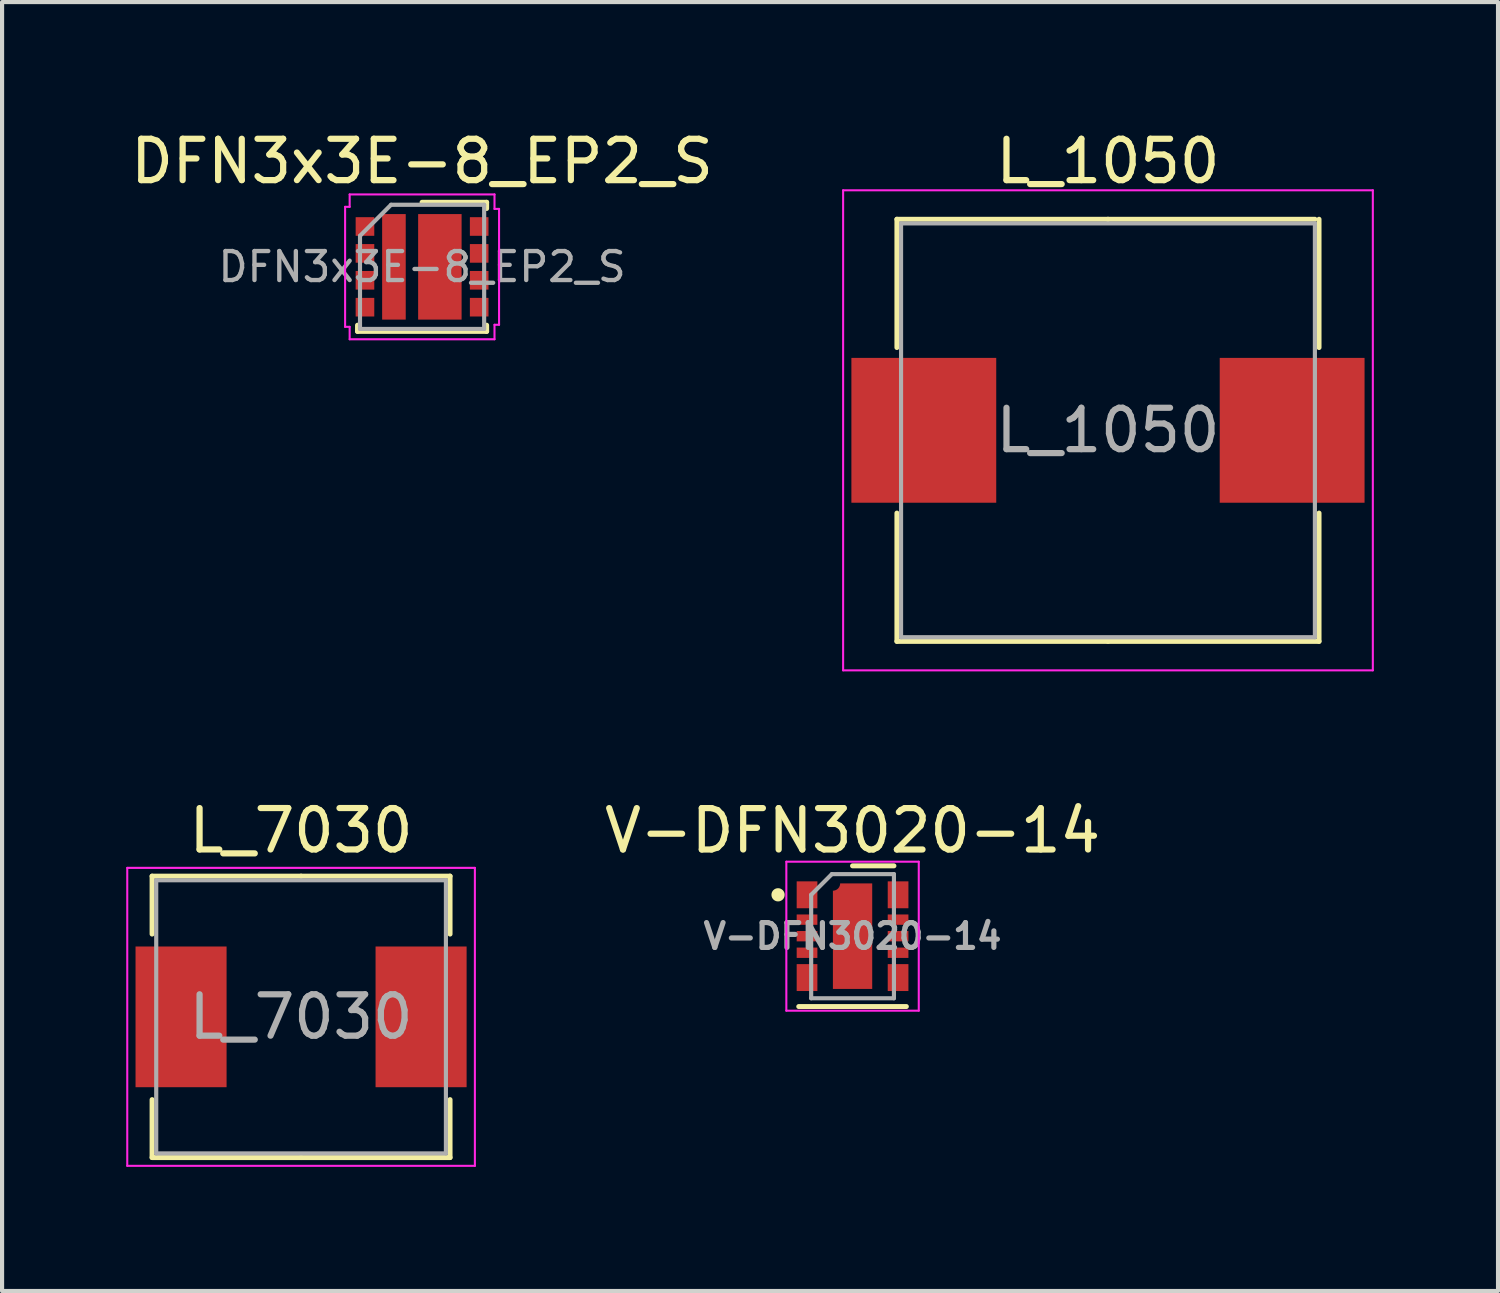
<source format=kicad_pcb>
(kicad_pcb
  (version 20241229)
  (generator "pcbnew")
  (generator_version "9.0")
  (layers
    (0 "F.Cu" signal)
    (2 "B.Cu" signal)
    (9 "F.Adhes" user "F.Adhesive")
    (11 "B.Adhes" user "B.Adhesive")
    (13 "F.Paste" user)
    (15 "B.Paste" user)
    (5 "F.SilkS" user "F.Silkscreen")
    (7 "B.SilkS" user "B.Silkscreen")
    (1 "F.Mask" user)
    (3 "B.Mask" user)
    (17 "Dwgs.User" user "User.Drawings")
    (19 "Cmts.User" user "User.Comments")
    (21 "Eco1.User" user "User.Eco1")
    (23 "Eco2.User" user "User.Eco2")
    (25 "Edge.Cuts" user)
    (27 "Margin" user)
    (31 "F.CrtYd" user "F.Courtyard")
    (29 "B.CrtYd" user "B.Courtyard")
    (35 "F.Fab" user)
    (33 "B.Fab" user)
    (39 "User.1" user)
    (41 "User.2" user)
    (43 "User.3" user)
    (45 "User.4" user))
  (footprint "L_7030"
    (layer "F.Cu")
    (at 4.225 21.521)
    (property "Reference" "L_7030" (at 0 -4.5 0) (layer "F.SilkS") (effects (font (size 1 1) (thickness 0.15))))
    (attr smd)
    (fp_line (start -3.6 -3.4) (end 0 -3.4) (stroke (width 0.12) (type solid)) (layer "F.SilkS"))
    (fp_line (start -3.6 -2) (end -3.6 -3.4) (stroke (width 0.12) (type solid)) (layer "F.SilkS"))
    (fp_line (start -3.6 2) (end -3.6 3.4) (stroke (width 0.12) (type solid)) (layer "F.SilkS"))
    (fp_line (start -3.6 3.4) (end 0 3.4) (stroke (width 0.12) (type solid)) (layer "F.SilkS"))
    (fp_line (start 3.6 -3.4) (end 0 -3.4) (stroke (width 0.12) (type solid)) (layer "F.SilkS"))
    (fp_line (start 3.6 -2) (end 3.6 -3.4) (stroke (width 0.12) (type solid)) (layer "F.SilkS"))
    (fp_line (start 3.6 2) (end 3.6 3.4) (stroke (width 0.12) (type solid)) (layer "F.SilkS"))
    (fp_line (start 3.6 3.4) (end 0 3.4) (stroke (width 0.12) (type solid)) (layer "F.SilkS"))
    (fp_line (start -4.2 -3.6) (end -4.2 3.6) (stroke (width 0.05) (type solid)) (layer "F.CrtYd"))
    (fp_line (start -4.2 3.6) (end 4.2 3.6) (stroke (width 0.05) (type solid)) (layer "F.CrtYd"))
    (fp_line (start 4.2 -3.6) (end -4.2 -3.6) (stroke (width 0.05) (type solid)) (layer "F.CrtYd"))
    (fp_line (start 4.2 3.6) (end 4.2 -3.6) (stroke (width 0.05) (type solid)) (layer "F.CrtYd"))
    (fp_line (start -3.5 -3.3) (end -3.5 3.3) (stroke (width 0.1) (type solid)) (layer "F.Fab"))
    (fp_line (start -3.5 3.3) (end 3.5 3.3) (stroke (width 0.1) (type solid)) (layer "F.Fab"))
    (fp_line (start 3.5 -3.3) (end -3.5 -3.3) (stroke (width 0.1) (type solid)) (layer "F.Fab"))
    (fp_line (start 3.5 3.3) (end 3.5 -3.3) (stroke (width 0.1) (type solid)) (layer "F.Fab"))
    (fp_text user "${REFERENCE}" (at 0 0 0) (layer "F.Fab") (effects (font (size 1 1) (thickness 0.15))))
    (pad "1" smd rect (at -2.9 0) (size 2.2 3.4) (layers "F.Cu" "F.Mask" "F.Paste"))
    (pad "2" smd rect (at 2.9 0) (size 2.2 3.4) (layers "F.Cu" "F.Mask" "F.Paste")))
  (footprint "DFN3x3E-8_EP2_S"
    (layer "F.Cu")
    (at 7.149 3.398)
    (property "Reference" "DFN3x3E-8_EP2_S" (at 0 -2.55 0) (layer "F.SilkS") (effects (font (size 1 1) (thickness 0.15))))
    (attr smd)
    (fp_line (start -1.56 1.56) (end -1.56 1.41) (stroke (width 0.12) (type solid)) (layer "F.SilkS"))
    (fp_line (start -1.56 1.56) (end 1.56 1.56) (stroke (width 0.12) (type solid)) (layer "F.SilkS"))
    (fp_line (start 0 -1.56) (end 1.56 -1.56) (stroke (width 0.12) (type solid)) (layer "F.SilkS"))
    (fp_line (start 1.56 -1.56) (end 1.56 -1.41) (stroke (width 0.12) (type solid)) (layer "F.SilkS"))
    (fp_line (start 1.56 1.56) (end 1.56 1.41) (stroke (width 0.12) (type solid)) (layer "F.SilkS"))
    (fp_line (start -1.86 -1.45) (end -1.86 1.45) (stroke (width 0.05) (type solid)) (layer "F.CrtYd"))
    (fp_line (start -1.75 -1.75) (end -1.75 -1.45) (stroke (width 0.05) (type solid)) (layer "F.CrtYd"))
    (fp_line (start -1.75 -1.75) (end 1.75 -1.75) (stroke (width 0.05) (type solid)) (layer "F.CrtYd"))
    (fp_line (start -1.75 -1.45) (end -1.86 -1.45) (stroke (width 0.05) (type solid)) (layer "F.CrtYd"))
    (fp_line (start -1.75 1.45) (end -1.86 1.45) (stroke (width 0.05) (type solid)) (layer "F.CrtYd"))
    (fp_line (start -1.75 1.75) (end -1.75 1.45) (stroke (width 0.05) (type solid)) (layer "F.CrtYd"))
    (fp_line (start -1.75 1.75) (end 1.75 1.75) (stroke (width 0.05) (type solid)) (layer "F.CrtYd"))
    (fp_line (start 1.75 -1.75) (end 1.75 -1.4) (stroke (width 0.05) (type solid)) (layer "F.CrtYd"))
    (fp_line (start 1.75 -1.4) (end 1.86 -1.4) (stroke (width 0.05) (type solid)) (layer "F.CrtYd"))
    (fp_line (start 1.75 1.4) (end 1.86 1.4) (stroke (width 0.05) (type solid)) (layer "F.CrtYd"))
    (fp_line (start 1.75 1.75) (end 1.75 1.4) (stroke (width 0.05) (type solid)) (layer "F.CrtYd"))
    (fp_line (start 1.86 -1.4) (end 1.86 1.4) (stroke (width 0.05) (type solid)) (layer "F.CrtYd"))
    (fp_line (start -1.5 -0.75) (end -0.75 -1.5) (stroke (width 0.1) (type solid)) (layer "F.Fab"))
    (fp_line (start -1.5 1.5) (end -1.5 -0.75) (stroke (width 0.1) (type solid)) (layer "F.Fab"))
    (fp_line (start -0.75 -1.5) (end 1.5 -1.5) (stroke (width 0.1) (type solid)) (layer "F.Fab"))
    (fp_line (start 1.5 -1.5) (end 1.5 1.5) (stroke (width 0.1) (type solid)) (layer "F.Fab"))
    (fp_line (start 1.5 1.5) (end -1.5 1.5) (stroke (width 0.1) (type solid)) (layer "F.Fab"))
    (fp_text user "${REFERENCE}" (at 0 0 0) (layer "F.Fab") (effects (font (size 0.7 0.7) (thickness 0.105))))
    (pad "" smd rect (at -0.68 0) (size 0.4 2.2) (layers "F.Paste"))
    (pad "" smd rect (at 0.43 -0.6) (size 0.95 0.95) (layers "F.Paste"))
    (pad "" smd rect (at 0.43 0.6) (size 0.95 0.95) (layers "F.Paste"))
    (pad "1" smd rect (at -1.38 -0.975) (size 0.45 0.45) (layers "F.Cu" "F.Mask" "F.Paste"))
    (pad "2" smd rect (at -1.38 -0.325) (size 0.45 0.45) (layers "F.Cu" "F.Mask" "F.Paste"))
    (pad "2" smd rect (at -0.68 0) (size 0.57 2.55) (layers "F.Cu" "F.Mask"))
    (pad "3" smd rect (at -1.38 0.325) (size 0.45 0.45) (layers "F.Cu" "F.Mask" "F.Paste"))
    (pad "4" smd rect (at -1.38 0.975) (size 0.45 0.45) (layers "F.Cu" "F.Mask" "F.Paste"))
    (pad "5" smd rect (at 1.38 0.975) (size 0.45 0.45) (layers "F.Cu" "F.Mask" "F.Paste"))
    (pad "6" smd rect (at 1.38 0.325) (size 0.45 0.45) (layers "F.Cu" "F.Mask" "F.Paste"))
    (pad "7" smd rect (at 1.38 -0.325) (size 0.45 0.45) (layers "F.Cu" "F.Mask" "F.Paste"))
    (pad "8" smd rect (at 1.38 -0.975) (size 0.45 0.45) (layers "F.Cu" "F.Mask" "F.Paste"))
    (pad "9" smd rect (at 0.43 0) (size 1.05 2.55) (layers "F.Cu" "F.Mask")))
  (footprint "L_1050"
    (layer "F.Cu")
    (at 23.723 7.348)
    (property "Reference" "L_1050" (at 0 -6.5 0) (layer "F.SilkS") (effects (font (size 1 1) (thickness 0.15))))
    (attr smd)
    (fp_line (start -5.1 -5.1) (end 0 -5.1) (stroke (width 0.12) (type solid)) (layer "F.SilkS"))
    (fp_line (start -5.1 -2) (end -5.1 -5.1) (stroke (width 0.12) (type solid)) (layer "F.SilkS"))
    (fp_line (start -5.1 2) (end -5.1 5.1) (stroke (width 0.12) (type solid)) (layer "F.SilkS"))
    (fp_line (start -5.1 5.1) (end 0 5.1) (stroke (width 0.12) (type solid)) (layer "F.SilkS"))
    (fp_line (start 5 -5.1) (end 0 -5.1) (stroke (width 0.12) (type solid)) (layer "F.SilkS"))
    (fp_line (start 5.1 -2) (end 5.1 -5.1) (stroke (width 0.12) (type solid)) (layer "F.SilkS"))
    (fp_line (start 5.1 2) (end 5.1 5.1) (stroke (width 0.12) (type solid)) (layer "F.SilkS"))
    (fp_line (start 5.1 5.1) (end 0 5.1) (stroke (width 0.12) (type solid)) (layer "F.SilkS"))
    (fp_line (start -6.4 -5.8) (end -6.4 5.8) (stroke (width 0.05) (type solid)) (layer "F.CrtYd"))
    (fp_line (start -6.4 5.8) (end 6.4 5.8) (stroke (width 0.05) (type solid)) (layer "F.CrtYd"))
    (fp_line (start 6.4 -5.8) (end -6.4 -5.8) (stroke (width 0.05) (type solid)) (layer "F.CrtYd"))
    (fp_line (start 6.4 5.8) (end 6.4 -5.8) (stroke (width 0.05) (type solid)) (layer "F.CrtYd"))
    (fp_line (start -5 -5) (end -5 5) (stroke (width 0.1) (type solid)) (layer "F.Fab"))
    (fp_line (start -5 5) (end 5 5) (stroke (width 0.1) (type solid)) (layer "F.Fab"))
    (fp_line (start 5 -5) (end -5 -5) (stroke (width 0.1) (type solid)) (layer "F.Fab"))
    (fp_line (start 5 5) (end 5 -5) (stroke (width 0.1) (type solid)) (layer "F.Fab"))
    (fp_text user "${REFERENCE}" (at 0 0 0) (layer "F.Fab") (effects (font (size 1 1) (thickness 0.15))))
    (pad "1" smd rect (at -4.45 0) (size 3.5 3.5) (layers "F.Cu" "F.Mask" "F.Paste"))
    (pad "2" smd rect (at 4.45 0) (size 3.5 3.5) (layers "F.Cu" "F.Mask" "F.Paste")))
  (footprint "V-DFN3020-14"
    (layer "F.Cu")
    (at 17.551 19.572)
    (property "Reference" "V-DFN3020-14" (at 0 -2.55 0) (layer "F.SilkS") (effects (font (size 1 1) (thickness 0.15))))
    (attr smd)
    (fp_line (start -1.3 1.7) (end 1.3 1.7) (stroke (width 0.12) (type solid)) (layer "F.SilkS"))
    (fp_line (start 0 -1.7) (end 1 -1.7) (stroke (width 0.12) (type solid)) (layer "F.SilkS"))
    (fp_circle (center -1.8 -1) (end -1.7 -1) (stroke (width 0.12) (type solid)) (fill yes) (layer "F.SilkS"))
    (fp_line (start -1.6 -1.8) (end -1.6 1.8) (stroke (width 0.05) (type solid)) (layer "F.CrtYd"))
    (fp_line (start -1.6 -1.8) (end 1.6 -1.8) (stroke (width 0.05) (type solid)) (layer "F.CrtYd"))
    (fp_line (start -1.6 1.8) (end 1.6 1.8) (stroke (width 0.05) (type solid)) (layer "F.CrtYd"))
    (fp_line (start 1.6 -1.8) (end 1.6 1.8) (stroke (width 0.05) (type solid)) (layer "F.CrtYd"))
    (fp_line (start -1 -1) (end -0.5 -1.5) (stroke (width 0.1) (type solid)) (layer "F.Fab"))
    (fp_line (start -1 1.5) (end -1 -1) (stroke (width 0.1) (type solid)) (layer "F.Fab"))
    (fp_line (start -0.5 -1.5) (end 1 -1.5) (stroke (width 0.1) (type solid)) (layer "F.Fab"))
    (fp_line (start 1 -1.5) (end 1 1.5) (stroke (width 0.1) (type solid)) (layer "F.Fab"))
    (fp_line (start 1 1.5) (end -1 1.5) (stroke (width 0.1) (type solid)) (layer "F.Fab"))
    (fp_text user "${REFERENCE}" (at 0 0 0) (layer "F.Fab") (effects (font (size 0.6 0.6) (thickness 0.125))))
    (pad "" smd roundrect (at 0 -0.8) (size 0.7 0.7) (layers "F.Paste") (roundrect_rratio 0.25))
    (pad "" smd roundrect (at 0 0) (size 0.7 0.7) (layers "F.Paste") (roundrect_rratio 0.25))
    (pad "" smd roundrect (at 0 0.8) (size 0.7 0.7) (layers "F.Paste") (roundrect_rratio 0.25))
    (pad "1" smd rect (at -1.1 -1) (size 0.5 0.65) (layers "F.Cu" "F.Mask" "F.Paste"))
    (pad "3" smd rect (at -1.1 -0.4) (size 0.5 0.25) (layers "F.Cu" "F.Mask" "F.Paste"))
    (pad "4" smd rect (at -1.1 0) (size 0.5 0.25) (layers "F.Cu" "F.Mask" "F.Paste"))
    (pad "5" smd rect (at -1.1 0.4) (size 0.5 0.25) (layers "F.Cu" "F.Mask" "F.Paste"))
    (pad "6" smd rect (at -1.1 1) (size 0.5 0.65) (layers "F.Cu" "F.Mask" "F.Paste"))
    (pad "8" smd rect (at 1.1 1) (size 0.5 0.65) (layers "F.Cu" "F.Mask" "F.Paste"))
    (pad "10" smd rect (at 1.1 0.4) (size 0.5 0.25) (layers "F.Cu" "F.Mask" "F.Paste"))
    (pad "11" smd rect (at 1.1 0) (size 0.5 0.25) (layers "F.Cu" "F.Mask" "F.Paste"))
    (pad "12" smd rect (at 1.1 -0.4) (size 0.5 0.25) (layers "F.Cu" "F.Mask" "F.Paste"))
    (pad "13" smd rect (at 1.1 -1) (size 0.5 0.65) (layers "F.Cu" "F.Mask" "F.Paste"))
    (pad "15" smd custom (at 0 0) (size 0.1 0.1) (layers "F.Cu" "F.Mask") (options (anchor rect)) (primitives (gr_poly (pts (xy 0.475 1.275) (xy 0.475 -1.275) (arc (start -0.3 -1.275) (mid -0.351256 -1.151256) (end -0.475 -1.1)) (xy -0.475 1.275)) (width 0) (fill yes)))))
  (gr_rect
    (start -3 -3)
    (end 33.148 28.146)
    (stroke (width 0.1) (type default))
    (fill no)
    (layer "Edge.Cuts")))
</source>
